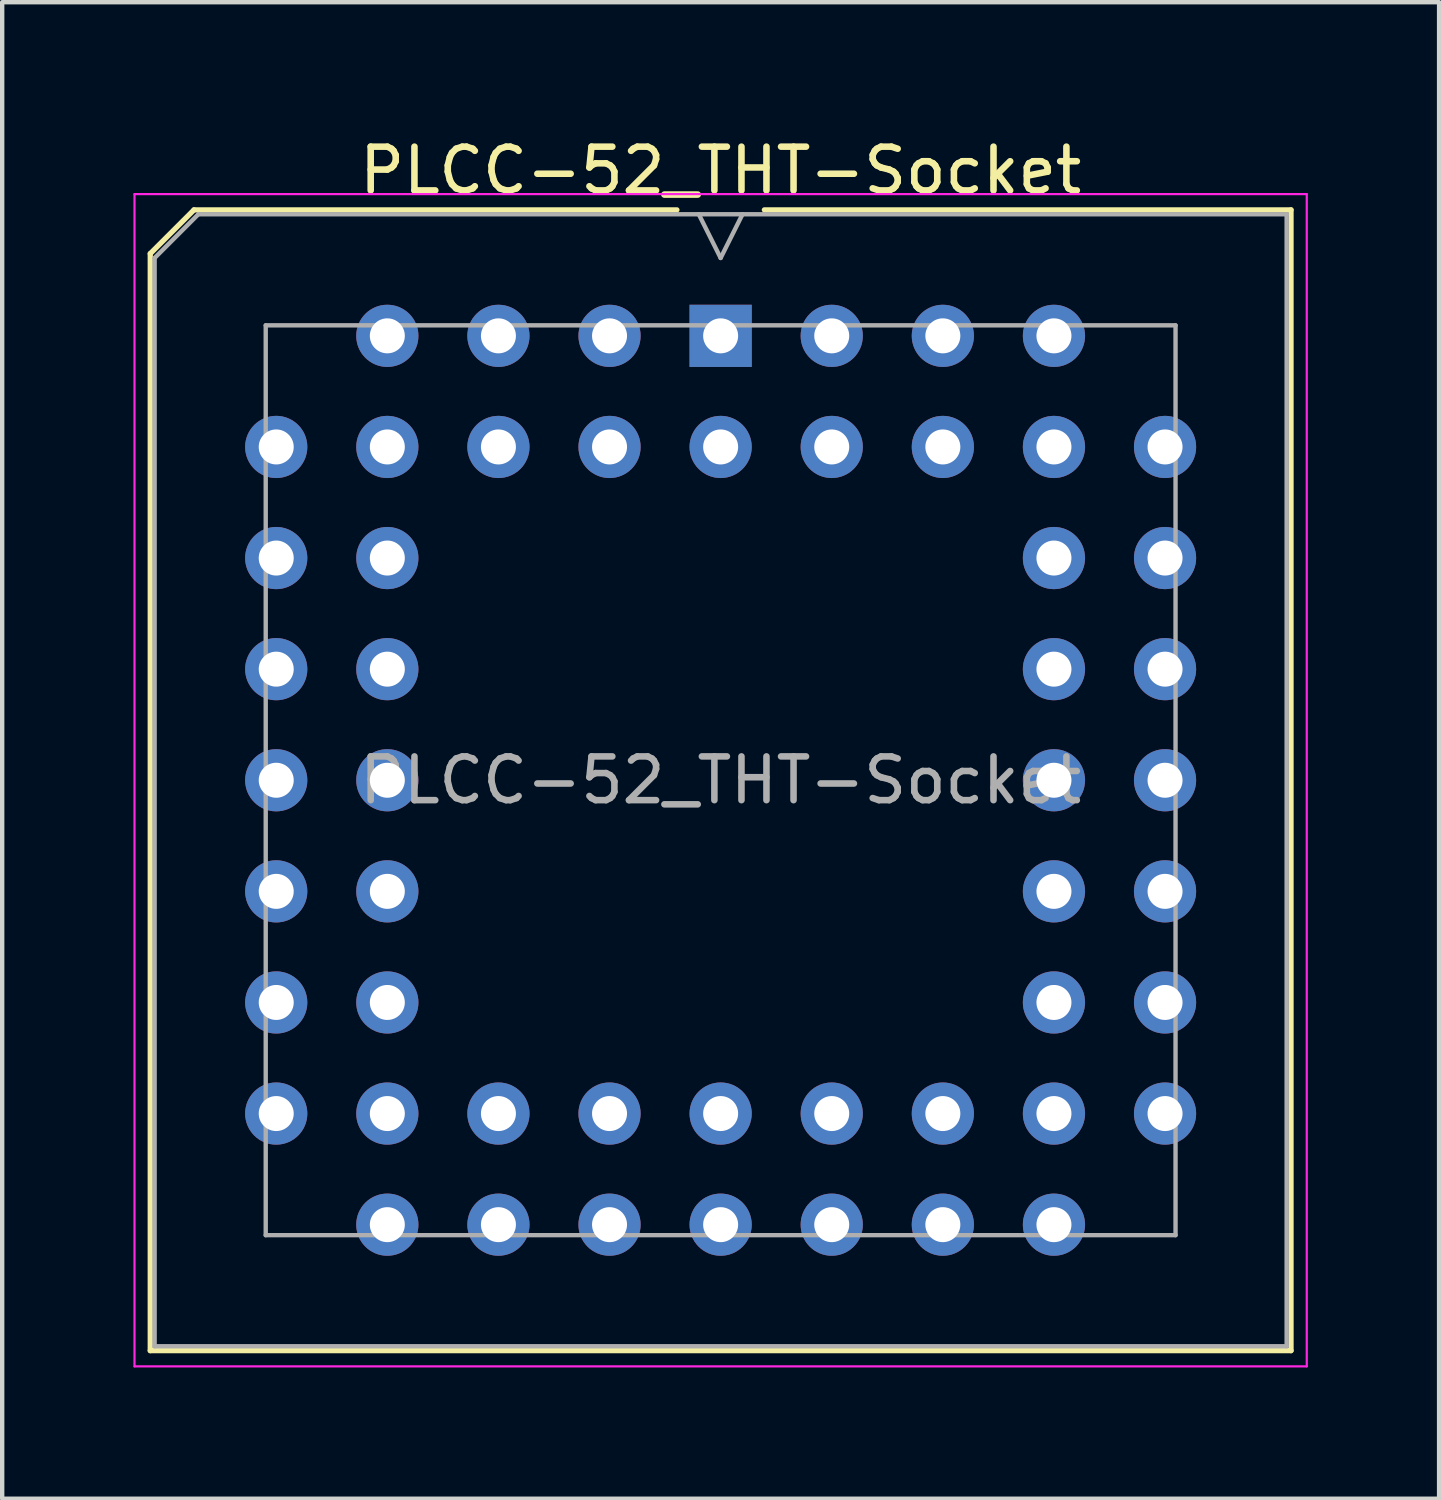
<source format=kicad_pcb>
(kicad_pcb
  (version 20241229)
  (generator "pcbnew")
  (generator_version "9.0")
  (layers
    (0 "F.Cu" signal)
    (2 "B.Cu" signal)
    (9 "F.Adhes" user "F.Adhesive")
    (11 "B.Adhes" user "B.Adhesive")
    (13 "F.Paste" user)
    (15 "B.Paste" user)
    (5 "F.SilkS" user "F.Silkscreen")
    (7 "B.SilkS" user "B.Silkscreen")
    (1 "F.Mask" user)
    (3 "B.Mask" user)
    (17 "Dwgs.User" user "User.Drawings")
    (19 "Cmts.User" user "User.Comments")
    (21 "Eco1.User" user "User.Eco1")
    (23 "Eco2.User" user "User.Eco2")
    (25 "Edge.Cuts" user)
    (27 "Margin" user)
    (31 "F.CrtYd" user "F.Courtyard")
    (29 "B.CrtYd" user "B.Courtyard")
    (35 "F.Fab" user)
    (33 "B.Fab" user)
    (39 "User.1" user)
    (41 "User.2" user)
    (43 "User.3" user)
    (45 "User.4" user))
  (footprint "PLCC-52_THT-Socket"
    (layer "F.Cu")
    (at 13.425 4.628)
    (property "Reference" "PLCC-52_THT-Socket" (at 0 -3.78 0) (layer "F.SilkS") (effects (font (size 1 1) (thickness 0.15))))
    (attr through_hole)
    (fp_line (start -13.04 -1.88) (end -13.04 23.2) (stroke (width 0.12) (type solid)) (layer "F.SilkS"))
    (fp_line (start -13.04 23.2) (end 13.04 23.2) (stroke (width 0.12) (type solid)) (layer "F.SilkS"))
    (fp_line (start -12.04 -2.88) (end -13.04 -1.88) (stroke (width 0.12) (type solid)) (layer "F.SilkS"))
    (fp_line (start -1 -2.88) (end -12.04 -2.88) (stroke (width 0.12) (type solid)) (layer "F.SilkS"))
    (fp_line (start 13.04 -2.88) (end 1 -2.88) (stroke (width 0.12) (type solid)) (layer "F.SilkS"))
    (fp_line (start 13.04 23.2) (end 13.04 -2.88) (stroke (width 0.12) (type solid)) (layer "F.SilkS"))
    (fp_line (start -13.4 -3.24) (end -13.4 23.56) (stroke (width 0.05) (type solid)) (layer "F.CrtYd"))
    (fp_line (start -13.4 23.56) (end 13.4 23.56) (stroke (width 0.05) (type solid)) (layer "F.CrtYd"))
    (fp_line (start 13.4 -3.24) (end -13.4 -3.24) (stroke (width 0.05) (type solid)) (layer "F.CrtYd"))
    (fp_line (start 13.4 23.56) (end 13.4 -3.24) (stroke (width 0.05) (type solid)) (layer "F.CrtYd"))
    (fp_line (start -12.94 -1.78) (end -12.94 23.1) (stroke (width 0.1) (type solid)) (layer "F.Fab"))
    (fp_line (start -12.94 23.1) (end 12.94 23.1) (stroke (width 0.1) (type solid)) (layer "F.Fab"))
    (fp_line (start -11.94 -2.78) (end -12.94 -1.78) (stroke (width 0.1) (type solid)) (layer "F.Fab"))
    (fp_line (start -10.4 -0.24) (end -10.4 20.56) (stroke (width 0.1) (type solid)) (layer "F.Fab"))
    (fp_line (start -10.4 20.56) (end 10.4 20.56) (stroke (width 0.1) (type solid)) (layer "F.Fab"))
    (fp_line (start -0.5 -2.78) (end 0 -1.78) (stroke (width 0.1) (type solid)) (layer "F.Fab"))
    (fp_line (start 0 -1.78) (end 0.5 -2.78) (stroke (width 0.1) (type solid)) (layer "F.Fab"))
    (fp_line (start 10.4 -0.24) (end -10.4 -0.24) (stroke (width 0.1) (type solid)) (layer "F.Fab"))
    (fp_line (start 10.4 20.56) (end 10.4 -0.24) (stroke (width 0.1) (type solid)) (layer "F.Fab"))
    (fp_line (start 12.94 -2.78) (end -11.94 -2.78) (stroke (width 0.1) (type solid)) (layer "F.Fab"))
    (fp_line (start 12.94 23.1) (end 12.94 -2.78) (stroke (width 0.1) (type solid)) (layer "F.Fab"))
    (fp_text user "${REFERENCE}" (at 0 10.16 0) (layer "F.Fab") (effects (font (size 1 1) (thickness 0.15))))
    (pad "1" thru_hole rect (at 0 0) (size 1.422 1.422) (drill 0.8) (layers "*.Cu" "*.Mask"))
    (pad "2" thru_hole circle (at 0 2.54) (size 1.422 1.422) (drill 0.8) (layers "*.Cu" "*.Mask"))
    (pad "3" thru_hole circle (at -2.54 0) (size 1.422 1.422) (drill 0.8) (layers "*.Cu" "*.Mask"))
    (pad "4" thru_hole circle (at -2.54 2.54) (size 1.422 1.422) (drill 0.8) (layers "*.Cu" "*.Mask"))
    (pad "5" thru_hole circle (at -5.08 0) (size 1.422 1.422) (drill 0.8) (layers "*.Cu" "*.Mask"))
    (pad "6" thru_hole circle (at -5.08 2.54) (size 1.422 1.422) (drill 0.8) (layers "*.Cu" "*.Mask"))
    (pad "7" thru_hole circle (at -7.62 0) (size 1.422 1.422) (drill 0.8) (layers "*.Cu" "*.Mask"))
    (pad "8" thru_hole circle (at -10.16 2.54) (size 1.422 1.422) (drill 0.8) (layers "*.Cu" "*.Mask"))
    (pad "9" thru_hole circle (at -7.62 2.54) (size 1.422 1.422) (drill 0.8) (layers "*.Cu" "*.Mask"))
    (pad "10" thru_hole circle (at -10.16 5.08) (size 1.422 1.422) (drill 0.8) (layers "*.Cu" "*.Mask"))
    (pad "11" thru_hole circle (at -7.62 5.08) (size 1.422 1.422) (drill 0.8) (layers "*.Cu" "*.Mask"))
    (pad "12" thru_hole circle (at -10.16 7.62) (size 1.422 1.422) (drill 0.8) (layers "*.Cu" "*.Mask"))
    (pad "13" thru_hole circle (at -7.62 7.62) (size 1.422 1.422) (drill 0.8) (layers "*.Cu" "*.Mask"))
    (pad "14" thru_hole circle (at -10.16 10.16) (size 1.422 1.422) (drill 0.8) (layers "*.Cu" "*.Mask"))
    (pad "15" thru_hole circle (at -7.62 10.16) (size 1.422 1.422) (drill 0.8) (layers "*.Cu" "*.Mask"))
    (pad "16" thru_hole circle (at -10.16 12.7) (size 1.422 1.422) (drill 0.8) (layers "*.Cu" "*.Mask"))
    (pad "17" thru_hole circle (at -7.62 12.7) (size 1.422 1.422) (drill 0.8) (layers "*.Cu" "*.Mask"))
    (pad "18" thru_hole circle (at -10.16 15.24) (size 1.422 1.422) (drill 0.8) (layers "*.Cu" "*.Mask"))
    (pad "19" thru_hole circle (at -7.62 15.24) (size 1.422 1.422) (drill 0.8) (layers "*.Cu" "*.Mask"))
    (pad "20" thru_hole circle (at -10.16 17.78) (size 1.422 1.422) (drill 0.8) (layers "*.Cu" "*.Mask"))
    (pad "21" thru_hole circle (at -7.62 20.32) (size 1.422 1.422) (drill 0.8) (layers "*.Cu" "*.Mask"))
    (pad "22" thru_hole circle (at -7.62 17.78) (size 1.422 1.422) (drill 0.8) (layers "*.Cu" "*.Mask"))
    (pad "23" thru_hole circle (at -5.08 20.32) (size 1.422 1.422) (drill 0.8) (layers "*.Cu" "*.Mask"))
    (pad "24" thru_hole circle (at -5.08 17.78) (size 1.422 1.422) (drill 0.8) (layers "*.Cu" "*.Mask"))
    (pad "25" thru_hole circle (at -2.54 20.32) (size 1.422 1.422) (drill 0.8) (layers "*.Cu" "*.Mask"))
    (pad "26" thru_hole circle (at -2.54 17.78) (size 1.422 1.422) (drill 0.8) (layers "*.Cu" "*.Mask"))
    (pad "27" thru_hole circle (at 0 20.32) (size 1.422 1.422) (drill 0.8) (layers "*.Cu" "*.Mask"))
    (pad "28" thru_hole circle (at 0 17.78) (size 1.422 1.422) (drill 0.8) (layers "*.Cu" "*.Mask"))
    (pad "29" thru_hole circle (at 2.54 20.32) (size 1.422 1.422) (drill 0.8) (layers "*.Cu" "*.Mask"))
    (pad "30" thru_hole circle (at 2.54 17.78) (size 1.422 1.422) (drill 0.8) (layers "*.Cu" "*.Mask"))
    (pad "31" thru_hole circle (at 5.08 20.32) (size 1.422 1.422) (drill 0.8) (layers "*.Cu" "*.Mask"))
    (pad "32" thru_hole circle (at 5.08 17.78) (size 1.422 1.422) (drill 0.8) (layers "*.Cu" "*.Mask"))
    (pad "33" thru_hole circle (at 7.62 20.32) (size 1.422 1.422) (drill 0.8) (layers "*.Cu" "*.Mask"))
    (pad "34" thru_hole circle (at 10.16 17.78) (size 1.422 1.422) (drill 0.8) (layers "*.Cu" "*.Mask"))
    (pad "35" thru_hole circle (at 7.62 17.78) (size 1.422 1.422) (drill 0.8) (layers "*.Cu" "*.Mask"))
    (pad "36" thru_hole circle (at 10.16 15.24) (size 1.422 1.422) (drill 0.8) (layers "*.Cu" "*.Mask"))
    (pad "37" thru_hole circle (at 7.62 15.24) (size 1.422 1.422) (drill 0.8) (layers "*.Cu" "*.Mask"))
    (pad "38" thru_hole circle (at 10.16 12.7) (size 1.422 1.422) (drill 0.8) (layers "*.Cu" "*.Mask"))
    (pad "39" thru_hole circle (at 7.62 12.7) (size 1.422 1.422) (drill 0.8) (layers "*.Cu" "*.Mask"))
    (pad "40" thru_hole circle (at 10.16 10.16) (size 1.422 1.422) (drill 0.8) (layers "*.Cu" "*.Mask"))
    (pad "41" thru_hole circle (at 7.62 10.16) (size 1.422 1.422) (drill 0.8) (layers "*.Cu" "*.Mask"))
    (pad "42" thru_hole circle (at 10.16 7.62) (size 1.422 1.422) (drill 0.8) (layers "*.Cu" "*.Mask"))
    (pad "43" thru_hole circle (at 7.62 7.62) (size 1.422 1.422) (drill 0.8) (layers "*.Cu" "*.Mask"))
    (pad "44" thru_hole circle (at 10.16 5.08) (size 1.422 1.422) (drill 0.8) (layers "*.Cu" "*.Mask"))
    (pad "45" thru_hole circle (at 7.62 5.08) (size 1.422 1.422) (drill 0.8) (layers "*.Cu" "*.Mask"))
    (pad "46" thru_hole circle (at 10.16 2.54) (size 1.422 1.422) (drill 0.8) (layers "*.Cu" "*.Mask"))
    (pad "47" thru_hole circle (at 7.62 0) (size 1.422 1.422) (drill 0.8) (layers "*.Cu" "*.Mask"))
    (pad "48" thru_hole circle (at 7.62 2.54) (size 1.422 1.422) (drill 0.8) (layers "*.Cu" "*.Mask"))
    (pad "49" thru_hole circle (at 5.08 0) (size 1.422 1.422) (drill 0.8) (layers "*.Cu" "*.Mask"))
    (pad "50" thru_hole circle (at 5.08 2.54) (size 1.422 1.422) (drill 0.8) (layers "*.Cu" "*.Mask"))
    (pad "51" thru_hole circle (at 2.54 0) (size 1.422 1.422) (drill 0.8) (layers "*.Cu" "*.Mask"))
    (pad "52" thru_hole circle (at 2.54 2.54) (size 1.422 1.422) (drill 0.8) (layers "*.Cu" "*.Mask")))
  (gr_rect
    (start -3 -3)
    (end 29.85 31.213)
    (stroke (width 0.1) (type default))
    (fill no)
    (layer "Edge.Cuts")))
</source>
